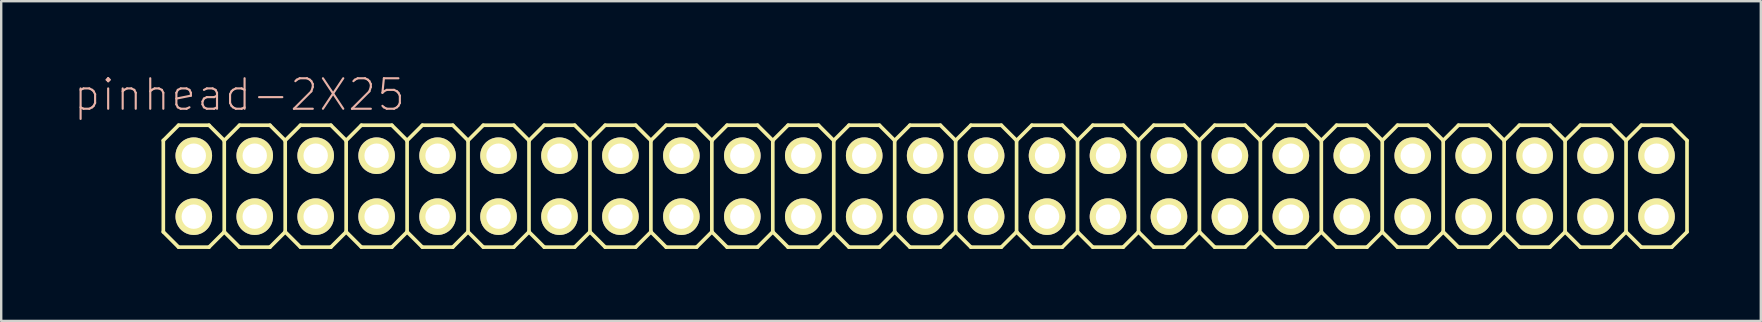
<source format=kicad_pcb>
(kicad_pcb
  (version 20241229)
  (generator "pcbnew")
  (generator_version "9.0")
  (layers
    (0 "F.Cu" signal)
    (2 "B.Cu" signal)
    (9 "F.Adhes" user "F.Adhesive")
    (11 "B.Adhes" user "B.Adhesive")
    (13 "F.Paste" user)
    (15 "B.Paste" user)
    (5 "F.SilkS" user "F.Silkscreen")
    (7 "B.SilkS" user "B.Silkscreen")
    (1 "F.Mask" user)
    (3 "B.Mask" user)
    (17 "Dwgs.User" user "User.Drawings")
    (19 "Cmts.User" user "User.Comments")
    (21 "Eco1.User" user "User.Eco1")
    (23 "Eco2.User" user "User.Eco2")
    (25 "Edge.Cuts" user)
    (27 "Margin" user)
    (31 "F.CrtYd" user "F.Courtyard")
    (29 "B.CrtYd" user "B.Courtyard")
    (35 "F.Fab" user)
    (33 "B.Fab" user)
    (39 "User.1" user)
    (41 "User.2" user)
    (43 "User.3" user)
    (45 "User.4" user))
  (footprint "pinhead-2X25"
    (layer "F.Cu")
    (at 35.506 4.709)
    (property "Reference" "pinhead-2X25" (at -28.575 -3.81 0) (layer "B.SilkS") (effects (font (size 1.27 1.27) (thickness 0.089))))
    (attr exclude_from_pos_files exclude_from_bom)
    (fp_line (start -31.75 -1.905) (end -31.115 -2.54) (stroke (width 0.152) (type solid)) (layer "F.SilkS"))
    (fp_line (start -31.75 1.905) (end -31.75 -1.905) (stroke (width 0.152) (type solid)) (layer "F.SilkS"))
    (fp_line (start -31.75 1.905) (end -31.115 2.54) (stroke (width 0.152) (type solid)) (layer "F.SilkS"))
    (fp_line (start -31.115 -2.54) (end -29.845 -2.54) (stroke (width 0.152) (type solid)) (layer "F.SilkS"))
    (fp_line (start -31.115 2.54) (end -29.845 2.54) (stroke (width 0.152) (type solid)) (layer "F.SilkS"))
    (fp_line (start -30.734 -1.524) (end -30.226 -1.524) (stroke (width 0.066) (type solid)) (layer "F.SilkS"))
    (fp_line (start -30.734 -1.016) (end -30.734 -1.524) (stroke (width 0.066) (type solid)) (layer "F.SilkS"))
    (fp_line (start -30.734 -1.016) (end -30.226 -1.016) (stroke (width 0.066) (type solid)) (layer "F.SilkS"))
    (fp_line (start -30.734 1.016) (end -30.226 1.016) (stroke (width 0.066) (type solid)) (layer "F.SilkS"))
    (fp_line (start -30.734 1.524) (end -30.734 1.016) (stroke (width 0.066) (type solid)) (layer "F.SilkS"))
    (fp_line (start -30.734 1.524) (end -30.226 1.524) (stroke (width 0.066) (type solid)) (layer "F.SilkS"))
    (fp_line (start -30.226 -1.016) (end -30.226 -1.524) (stroke (width 0.066) (type solid)) (layer "F.SilkS"))
    (fp_line (start -30.226 1.524) (end -30.226 1.016) (stroke (width 0.066) (type solid)) (layer "F.SilkS"))
    (fp_line (start -29.845 -2.54) (end -29.21 -1.905) (stroke (width 0.152) (type solid)) (layer "F.SilkS"))
    (fp_line (start -29.845 2.54) (end -29.21 1.905) (stroke (width 0.152) (type solid)) (layer "F.SilkS"))
    (fp_line (start -29.21 -1.905) (end -29.21 1.905) (stroke (width 0.152) (type solid)) (layer "F.SilkS"))
    (fp_line (start -29.21 -1.905) (end -28.575 -2.54) (stroke (width 0.152) (type solid)) (layer "F.SilkS"))
    (fp_line (start -29.21 1.905) (end -28.575 2.54) (stroke (width 0.152) (type solid)) (layer "F.SilkS"))
    (fp_line (start -28.575 -2.54) (end -27.305 -2.54) (stroke (width 0.152) (type solid)) (layer "F.SilkS"))
    (fp_line (start -28.575 2.54) (end -27.305 2.54) (stroke (width 0.152) (type solid)) (layer "F.SilkS"))
    (fp_line (start -28.194 -1.524) (end -27.686 -1.524) (stroke (width 0.066) (type solid)) (layer "F.SilkS"))
    (fp_line (start -28.194 -1.016) (end -28.194 -1.524) (stroke (width 0.066) (type solid)) (layer "F.SilkS"))
    (fp_line (start -28.194 -1.016) (end -27.686 -1.016) (stroke (width 0.066) (type solid)) (layer "F.SilkS"))
    (fp_line (start -28.194 1.016) (end -27.686 1.016) (stroke (width 0.066) (type solid)) (layer "F.SilkS"))
    (fp_line (start -28.194 1.524) (end -28.194 1.016) (stroke (width 0.066) (type solid)) (layer "F.SilkS"))
    (fp_line (start -28.194 1.524) (end -27.686 1.524) (stroke (width 0.066) (type solid)) (layer "F.SilkS"))
    (fp_line (start -27.686 -1.016) (end -27.686 -1.524) (stroke (width 0.066) (type solid)) (layer "F.SilkS"))
    (fp_line (start -27.686 1.524) (end -27.686 1.016) (stroke (width 0.066) (type solid)) (layer "F.SilkS"))
    (fp_line (start -27.305 -2.54) (end -26.67 -1.905) (stroke (width 0.152) (type solid)) (layer "F.SilkS"))
    (fp_line (start -27.305 2.54) (end -26.67 1.905) (stroke (width 0.152) (type solid)) (layer "F.SilkS"))
    (fp_line (start -26.67 -1.905) (end -26.67 1.905) (stroke (width 0.152) (type solid)) (layer "F.SilkS"))
    (fp_line (start -26.67 -1.905) (end -26.035 -2.54) (stroke (width 0.152) (type solid)) (layer "F.SilkS"))
    (fp_line (start -26.67 1.905) (end -26.035 2.54) (stroke (width 0.152) (type solid)) (layer "F.SilkS"))
    (fp_line (start -26.035 -2.54) (end -24.765 -2.54) (stroke (width 0.152) (type solid)) (layer "F.SilkS"))
    (fp_line (start -26.035 2.54) (end -24.765 2.54) (stroke (width 0.152) (type solid)) (layer "F.SilkS"))
    (fp_line (start -25.654 -1.524) (end -25.146 -1.524) (stroke (width 0.066) (type solid)) (layer "F.SilkS"))
    (fp_line (start -25.654 -1.016) (end -25.654 -1.524) (stroke (width 0.066) (type solid)) (layer "F.SilkS"))
    (fp_line (start -25.654 -1.016) (end -25.146 -1.016) (stroke (width 0.066) (type solid)) (layer "F.SilkS"))
    (fp_line (start -25.654 1.016) (end -25.146 1.016) (stroke (width 0.066) (type solid)) (layer "F.SilkS"))
    (fp_line (start -25.654 1.524) (end -25.654 1.016) (stroke (width 0.066) (type solid)) (layer "F.SilkS"))
    (fp_line (start -25.654 1.524) (end -25.146 1.524) (stroke (width 0.066) (type solid)) (layer "F.SilkS"))
    (fp_line (start -25.146 -1.016) (end -25.146 -1.524) (stroke (width 0.066) (type solid)) (layer "F.SilkS"))
    (fp_line (start -25.146 1.524) (end -25.146 1.016) (stroke (width 0.066) (type solid)) (layer "F.SilkS"))
    (fp_line (start -24.765 -2.54) (end -24.13 -1.905) (stroke (width 0.152) (type solid)) (layer "F.SilkS"))
    (fp_line (start -24.765 2.54) (end -24.13 1.905) (stroke (width 0.152) (type solid)) (layer "F.SilkS"))
    (fp_line (start -24.13 -1.905) (end -24.13 1.905) (stroke (width 0.152) (type solid)) (layer "F.SilkS"))
    (fp_line (start -24.13 -1.905) (end -23.495 -2.54) (stroke (width 0.152) (type solid)) (layer "F.SilkS"))
    (fp_line (start -24.13 1.905) (end -23.495 2.54) (stroke (width 0.152) (type solid)) (layer "F.SilkS"))
    (fp_line (start -23.495 -2.54) (end -22.225 -2.54) (stroke (width 0.152) (type solid)) (layer "F.SilkS"))
    (fp_line (start -23.495 2.54) (end -22.225 2.54) (stroke (width 0.152) (type solid)) (layer "F.SilkS"))
    (fp_line (start -23.114 -1.524) (end -22.606 -1.524) (stroke (width 0.066) (type solid)) (layer "F.SilkS"))
    (fp_line (start -23.114 -1.016) (end -23.114 -1.524) (stroke (width 0.066) (type solid)) (layer "F.SilkS"))
    (fp_line (start -23.114 -1.016) (end -22.606 -1.016) (stroke (width 0.066) (type solid)) (layer "F.SilkS"))
    (fp_line (start -23.114 1.016) (end -22.606 1.016) (stroke (width 0.066) (type solid)) (layer "F.SilkS"))
    (fp_line (start -23.114 1.524) (end -23.114 1.016) (stroke (width 0.066) (type solid)) (layer "F.SilkS"))
    (fp_line (start -23.114 1.524) (end -22.606 1.524) (stroke (width 0.066) (type solid)) (layer "F.SilkS"))
    (fp_line (start -22.606 -1.016) (end -22.606 -1.524) (stroke (width 0.066) (type solid)) (layer "F.SilkS"))
    (fp_line (start -22.606 1.524) (end -22.606 1.016) (stroke (width 0.066) (type solid)) (layer "F.SilkS"))
    (fp_line (start -22.225 -2.54) (end -21.59 -1.905) (stroke (width 0.152) (type solid)) (layer "F.SilkS"))
    (fp_line (start -22.225 2.54) (end -21.59 1.905) (stroke (width 0.152) (type solid)) (layer "F.SilkS"))
    (fp_line (start -21.59 -1.905) (end -21.59 1.905) (stroke (width 0.152) (type solid)) (layer "F.SilkS"))
    (fp_line (start -21.59 -1.905) (end -20.955 -2.54) (stroke (width 0.152) (type solid)) (layer "F.SilkS"))
    (fp_line (start -21.59 1.905) (end -20.955 2.54) (stroke (width 0.152) (type solid)) (layer "F.SilkS"))
    (fp_line (start -20.955 -2.54) (end -19.685 -2.54) (stroke (width 0.152) (type solid)) (layer "F.SilkS"))
    (fp_line (start -20.955 2.54) (end -19.685 2.54) (stroke (width 0.152) (type solid)) (layer "F.SilkS"))
    (fp_line (start -20.574 -1.524) (end -20.066 -1.524) (stroke (width 0.066) (type solid)) (layer "F.SilkS"))
    (fp_line (start -20.574 -1.016) (end -20.574 -1.524) (stroke (width 0.066) (type solid)) (layer "F.SilkS"))
    (fp_line (start -20.574 -1.016) (end -20.066 -1.016) (stroke (width 0.066) (type solid)) (layer "F.SilkS"))
    (fp_line (start -20.574 1.016) (end -20.066 1.016) (stroke (width 0.066) (type solid)) (layer "F.SilkS"))
    (fp_line (start -20.574 1.524) (end -20.574 1.016) (stroke (width 0.066) (type solid)) (layer "F.SilkS"))
    (fp_line (start -20.574 1.524) (end -20.066 1.524) (stroke (width 0.066) (type solid)) (layer "F.SilkS"))
    (fp_line (start -20.066 -1.016) (end -20.066 -1.524) (stroke (width 0.066) (type solid)) (layer "F.SilkS"))
    (fp_line (start -20.066 1.524) (end -20.066 1.016) (stroke (width 0.066) (type solid)) (layer "F.SilkS"))
    (fp_line (start -19.685 -2.54) (end -19.05 -1.905) (stroke (width 0.152) (type solid)) (layer "F.SilkS"))
    (fp_line (start -19.685 2.54) (end -19.05 1.905) (stroke (width 0.152) (type solid)) (layer "F.SilkS"))
    (fp_line (start -19.05 -1.905) (end -19.05 1.905) (stroke (width 0.152) (type solid)) (layer "F.SilkS"))
    (fp_line (start -19.05 -1.905) (end -18.415 -2.54) (stroke (width 0.152) (type solid)) (layer "F.SilkS"))
    (fp_line (start -19.05 1.905) (end -18.415 2.54) (stroke (width 0.152) (type solid)) (layer "F.SilkS"))
    (fp_line (start -18.415 -2.54) (end -17.145 -2.54) (stroke (width 0.152) (type solid)) (layer "F.SilkS"))
    (fp_line (start -18.415 2.54) (end -17.145 2.54) (stroke (width 0.152) (type solid)) (layer "F.SilkS"))
    (fp_line (start -18.034 -1.524) (end -17.523 -1.524) (stroke (width 0.066) (type solid)) (layer "F.SilkS"))
    (fp_line (start -18.034 -1.016) (end -18.034 -1.524) (stroke (width 0.066) (type solid)) (layer "F.SilkS"))
    (fp_line (start -18.034 -1.016) (end -17.523 -1.016) (stroke (width 0.066) (type solid)) (layer "F.SilkS"))
    (fp_line (start -18.034 1.016) (end -17.523 1.016) (stroke (width 0.066) (type solid)) (layer "F.SilkS"))
    (fp_line (start -18.034 1.524) (end -18.034 1.016) (stroke (width 0.066) (type solid)) (layer "F.SilkS"))
    (fp_line (start -18.034 1.524) (end -17.523 1.524) (stroke (width 0.066) (type solid)) (layer "F.SilkS"))
    (fp_line (start -17.523 -1.016) (end -17.523 -1.524) (stroke (width 0.066) (type solid)) (layer "F.SilkS"))
    (fp_line (start -17.523 1.524) (end -17.523 1.016) (stroke (width 0.066) (type solid)) (layer "F.SilkS"))
    (fp_line (start -17.145 -2.54) (end -16.51 -1.905) (stroke (width 0.152) (type solid)) (layer "F.SilkS"))
    (fp_line (start -17.145 2.54) (end -16.51 1.905) (stroke (width 0.152) (type solid)) (layer "F.SilkS"))
    (fp_line (start -16.51 -1.905) (end -16.51 1.905) (stroke (width 0.152) (type solid)) (layer "F.SilkS"))
    (fp_line (start -16.51 -1.905) (end -15.875 -2.54) (stroke (width 0.152) (type solid)) (layer "F.SilkS"))
    (fp_line (start -16.51 1.905) (end -15.875 2.54) (stroke (width 0.152) (type solid)) (layer "F.SilkS"))
    (fp_line (start -15.875 -2.54) (end -14.605 -2.54) (stroke (width 0.152) (type solid)) (layer "F.SilkS"))
    (fp_line (start -15.494 -1.524) (end -14.986 -1.524) (stroke (width 0.066) (type solid)) (layer "F.SilkS"))
    (fp_line (start -15.494 -1.016) (end -15.494 -1.524) (stroke (width 0.066) (type solid)) (layer "F.SilkS"))
    (fp_line (start -15.494 -1.016) (end -14.986 -1.016) (stroke (width 0.066) (type solid)) (layer "F.SilkS"))
    (fp_line (start -15.494 1.016) (end -14.986 1.016) (stroke (width 0.066) (type solid)) (layer "F.SilkS"))
    (fp_line (start -15.494 1.524) (end -15.494 1.016) (stroke (width 0.066) (type solid)) (layer "F.SilkS"))
    (fp_line (start -15.494 1.524) (end -14.986 1.524) (stroke (width 0.066) (type solid)) (layer "F.SilkS"))
    (fp_line (start -14.986 -1.016) (end -14.986 -1.524) (stroke (width 0.066) (type solid)) (layer "F.SilkS"))
    (fp_line (start -14.986 1.524) (end -14.986 1.016) (stroke (width 0.066) (type solid)) (layer "F.SilkS"))
    (fp_line (start -14.605 -2.54) (end -13.97 -1.905) (stroke (width 0.152) (type solid)) (layer "F.SilkS"))
    (fp_line (start -14.605 2.54) (end -15.875 2.54) (stroke (width 0.152) (type solid)) (layer "F.SilkS"))
    (fp_line (start -13.97 -1.905) (end -13.97 1.905) (stroke (width 0.152) (type solid)) (layer "F.SilkS"))
    (fp_line (start -13.97 -1.905) (end -13.335 -2.54) (stroke (width 0.152) (type solid)) (layer "F.SilkS"))
    (fp_line (start -13.97 1.905) (end -14.605 2.54) (stroke (width 0.152) (type solid)) (layer "F.SilkS"))
    (fp_line (start -13.97 1.905) (end -13.335 2.54) (stroke (width 0.152) (type solid)) (layer "F.SilkS"))
    (fp_line (start -13.335 -2.54) (end -12.065 -2.54) (stroke (width 0.152) (type solid)) (layer "F.SilkS"))
    (fp_line (start -12.954 -1.524) (end -12.446 -1.524) (stroke (width 0.066) (type solid)) (layer "F.SilkS"))
    (fp_line (start -12.954 -1.016) (end -12.954 -1.524) (stroke (width 0.066) (type solid)) (layer "F.SilkS"))
    (fp_line (start -12.954 -1.016) (end -12.446 -1.016) (stroke (width 0.066) (type solid)) (layer "F.SilkS"))
    (fp_line (start -12.954 1.016) (end -12.446 1.016) (stroke (width 0.066) (type solid)) (layer "F.SilkS"))
    (fp_line (start -12.954 1.524) (end -12.954 1.016) (stroke (width 0.066) (type solid)) (layer "F.SilkS"))
    (fp_line (start -12.954 1.524) (end -12.446 1.524) (stroke (width 0.066) (type solid)) (layer "F.SilkS"))
    (fp_line (start -12.446 -1.016) (end -12.446 -1.524) (stroke (width 0.066) (type solid)) (layer "F.SilkS"))
    (fp_line (start -12.446 1.524) (end -12.446 1.016) (stroke (width 0.066) (type solid)) (layer "F.SilkS"))
    (fp_line (start -12.065 -2.54) (end -11.43 -1.905) (stroke (width 0.152) (type solid)) (layer "F.SilkS"))
    (fp_line (start -12.065 2.54) (end -13.335 2.54) (stroke (width 0.152) (type solid)) (layer "F.SilkS"))
    (fp_line (start -11.43 -1.905) (end -11.43 1.905) (stroke (width 0.152) (type solid)) (layer "F.SilkS"))
    (fp_line (start -11.43 -1.905) (end -10.795 -2.54) (stroke (width 0.152) (type solid)) (layer "F.SilkS"))
    (fp_line (start -11.43 1.905) (end -12.065 2.54) (stroke (width 0.152) (type solid)) (layer "F.SilkS"))
    (fp_line (start -11.43 1.905) (end -10.795 2.54) (stroke (width 0.152) (type solid)) (layer "F.SilkS"))
    (fp_line (start -10.795 -2.54) (end -9.525 -2.54) (stroke (width 0.152) (type solid)) (layer "F.SilkS"))
    (fp_line (start -10.414 -1.524) (end -9.906 -1.524) (stroke (width 0.066) (type solid)) (layer "F.SilkS"))
    (fp_line (start -10.414 -1.016) (end -10.414 -1.524) (stroke (width 0.066) (type solid)) (layer "F.SilkS"))
    (fp_line (start -10.414 -1.016) (end -9.906 -1.016) (stroke (width 0.066) (type solid)) (layer "F.SilkS"))
    (fp_line (start -10.414 1.016) (end -9.906 1.016) (stroke (width 0.066) (type solid)) (layer "F.SilkS"))
    (fp_line (start -10.414 1.524) (end -10.414 1.016) (stroke (width 0.066) (type solid)) (layer "F.SilkS"))
    (fp_line (start -10.414 1.524) (end -9.906 1.524) (stroke (width 0.066) (type solid)) (layer "F.SilkS"))
    (fp_line (start -9.906 -1.016) (end -9.906 -1.524) (stroke (width 0.066) (type solid)) (layer "F.SilkS"))
    (fp_line (start -9.906 1.524) (end -9.906 1.016) (stroke (width 0.066) (type solid)) (layer "F.SilkS"))
    (fp_line (start -9.525 -2.54) (end -8.89 -1.905) (stroke (width 0.152) (type solid)) (layer "F.SilkS"))
    (fp_line (start -9.525 2.54) (end -10.795 2.54) (stroke (width 0.152) (type solid)) (layer "F.SilkS"))
    (fp_line (start -8.89 -1.905) (end -8.89 1.905) (stroke (width 0.152) (type solid)) (layer "F.SilkS"))
    (fp_line (start -8.89 -1.905) (end -8.255 -2.54) (stroke (width 0.152) (type solid)) (layer "F.SilkS"))
    (fp_line (start -8.89 1.905) (end -9.525 2.54) (stroke (width 0.152) (type solid)) (layer "F.SilkS"))
    (fp_line (start -8.89 1.905) (end -8.255 2.54) (stroke (width 0.152) (type solid)) (layer "F.SilkS"))
    (fp_line (start -8.255 -2.54) (end -6.985 -2.54) (stroke (width 0.152) (type solid)) (layer "F.SilkS"))
    (fp_line (start -7.874 -1.524) (end -7.366 -1.524) (stroke (width 0.066) (type solid)) (layer "F.SilkS"))
    (fp_line (start -7.874 -1.016) (end -7.874 -1.524) (stroke (width 0.066) (type solid)) (layer "F.SilkS"))
    (fp_line (start -7.874 -1.016) (end -7.366 -1.016) (stroke (width 0.066) (type solid)) (layer "F.SilkS"))
    (fp_line (start -7.874 1.016) (end -7.366 1.016) (stroke (width 0.066) (type solid)) (layer "F.SilkS"))
    (fp_line (start -7.874 1.524) (end -7.874 1.016) (stroke (width 0.066) (type solid)) (layer "F.SilkS"))
    (fp_line (start -7.874 1.524) (end -7.366 1.524) (stroke (width 0.066) (type solid)) (layer "F.SilkS"))
    (fp_line (start -7.366 -1.016) (end -7.366 -1.524) (stroke (width 0.066) (type solid)) (layer "F.SilkS"))
    (fp_line (start -7.366 1.524) (end -7.366 1.016) (stroke (width 0.066) (type solid)) (layer "F.SilkS"))
    (fp_line (start -6.985 -2.54) (end -6.35 -1.905) (stroke (width 0.152) (type solid)) (layer "F.SilkS"))
    (fp_line (start -6.985 2.54) (end -8.255 2.54) (stroke (width 0.152) (type solid)) (layer "F.SilkS"))
    (fp_line (start -6.35 -1.905) (end -6.35 1.905) (stroke (width 0.152) (type solid)) (layer "F.SilkS"))
    (fp_line (start -6.35 -1.905) (end -5.715 -2.54) (stroke (width 0.152) (type solid)) (layer "F.SilkS"))
    (fp_line (start -6.35 1.905) (end -6.985 2.54) (stroke (width 0.152) (type solid)) (layer "F.SilkS"))
    (fp_line (start -6.35 1.905) (end -5.715 2.54) (stroke (width 0.152) (type solid)) (layer "F.SilkS"))
    (fp_line (start -5.715 -2.54) (end -4.445 -2.54) (stroke (width 0.152) (type solid)) (layer "F.SilkS"))
    (fp_line (start -5.334 -1.524) (end -4.826 -1.524) (stroke (width 0.066) (type solid)) (layer "F.SilkS"))
    (fp_line (start -5.334 -1.016) (end -5.334 -1.524) (stroke (width 0.066) (type solid)) (layer "F.SilkS"))
    (fp_line (start -5.334 -1.016) (end -4.826 -1.016) (stroke (width 0.066) (type solid)) (layer "F.SilkS"))
    (fp_line (start -5.334 1.016) (end -4.826 1.016) (stroke (width 0.066) (type solid)) (layer "F.SilkS"))
    (fp_line (start -5.334 1.524) (end -5.334 1.016) (stroke (width 0.066) (type solid)) (layer "F.SilkS"))
    (fp_line (start -5.334 1.524) (end -4.826 1.524) (stroke (width 0.066) (type solid)) (layer "F.SilkS"))
    (fp_line (start -4.826 -1.016) (end -4.826 -1.524) (stroke (width 0.066) (type solid)) (layer "F.SilkS"))
    (fp_line (start -4.826 1.524) (end -4.826 1.016) (stroke (width 0.066) (type solid)) (layer "F.SilkS"))
    (fp_line (start -4.445 -2.54) (end -3.81 -1.905) (stroke (width 0.152) (type solid)) (layer "F.SilkS"))
    (fp_line (start -4.445 2.54) (end -5.715 2.54) (stroke (width 0.152) (type solid)) (layer "F.SilkS"))
    (fp_line (start -3.81 -1.905) (end -3.81 1.905) (stroke (width 0.152) (type solid)) (layer "F.SilkS"))
    (fp_line (start -3.81 -1.905) (end -3.175 -2.54) (stroke (width 0.152) (type solid)) (layer "F.SilkS"))
    (fp_line (start -3.81 1.905) (end -4.445 2.54) (stroke (width 0.152) (type solid)) (layer "F.SilkS"))
    (fp_line (start -3.81 1.905) (end -3.175 2.54) (stroke (width 0.152) (type solid)) (layer "F.SilkS"))
    (fp_line (start -3.175 -2.54) (end -1.905 -2.54) (stroke (width 0.152) (type solid)) (layer "F.SilkS"))
    (fp_line (start -2.794 -1.524) (end -2.286 -1.524) (stroke (width 0.066) (type solid)) (layer "F.SilkS"))
    (fp_line (start -2.794 -1.016) (end -2.794 -1.524) (stroke (width 0.066) (type solid)) (layer "F.SilkS"))
    (fp_line (start -2.794 -1.016) (end -2.286 -1.016) (stroke (width 0.066) (type solid)) (layer "F.SilkS"))
    (fp_line (start -2.794 1.016) (end -2.286 1.016) (stroke (width 0.066) (type solid)) (layer "F.SilkS"))
    (fp_line (start -2.794 1.524) (end -2.794 1.016) (stroke (width 0.066) (type solid)) (layer "F.SilkS"))
    (fp_line (start -2.794 1.524) (end -2.286 1.524) (stroke (width 0.066) (type solid)) (layer "F.SilkS"))
    (fp_line (start -2.286 -1.016) (end -2.286 -1.524) (stroke (width 0.066) (type solid)) (layer "F.SilkS"))
    (fp_line (start -2.286 1.524) (end -2.286 1.016) (stroke (width 0.066) (type solid)) (layer "F.SilkS"))
    (fp_line (start -1.905 2.54) (end -3.175 2.54) (stroke (width 0.152) (type solid)) (layer "F.SilkS"))
    (fp_line (start -1.27 -1.905) (end -1.905 -2.54) (stroke (width 0.152) (type solid)) (layer "F.SilkS"))
    (fp_line (start -1.27 -1.905) (end -1.27 1.905) (stroke (width 0.152) (type solid)) (layer "F.SilkS"))
    (fp_line (start -1.27 -1.905) (end -0.635 -2.54) (stroke (width 0.152) (type solid)) (layer "F.SilkS"))
    (fp_line (start -1.27 1.905) (end -1.905 2.54) (stroke (width 0.152) (type solid)) (layer "F.SilkS"))
    (fp_line (start -1.27 1.905) (end -0.635 2.54) (stroke (width 0.152) (type solid)) (layer "F.SilkS"))
    (fp_line (start -0.254 -1.524) (end 0.254 -1.524) (stroke (width 0.066) (type solid)) (layer "F.SilkS"))
    (fp_line (start -0.254 -1.016) (end -0.254 -1.524) (stroke (width 0.066) (type solid)) (layer "F.SilkS"))
    (fp_line (start -0.254 -1.016) (end 0.254 -1.016) (stroke (width 0.066) (type solid)) (layer "F.SilkS"))
    (fp_line (start -0.254 1.016) (end 0.254 1.016) (stroke (width 0.066) (type solid)) (layer "F.SilkS"))
    (fp_line (start -0.254 1.524) (end -0.254 1.016) (stroke (width 0.066) (type solid)) (layer "F.SilkS"))
    (fp_line (start -0.254 1.524) (end 0.254 1.524) (stroke (width 0.066) (type solid)) (layer "F.SilkS"))
    (fp_line (start 0.254 -1.016) (end 0.254 -1.524) (stroke (width 0.066) (type solid)) (layer "F.SilkS"))
    (fp_line (start 0.254 1.524) (end 0.254 1.016) (stroke (width 0.066) (type solid)) (layer "F.SilkS"))
    (fp_line (start 0.635 -2.54) (end -0.635 -2.54) (stroke (width 0.152) (type solid)) (layer "F.SilkS"))
    (fp_line (start 0.635 -2.54) (end 1.27 -1.905) (stroke (width 0.152) (type solid)) (layer "F.SilkS"))
    (fp_line (start 0.635 2.54) (end -0.635 2.54) (stroke (width 0.152) (type solid)) (layer "F.SilkS"))
    (fp_line (start 1.27 -1.905) (end 1.27 1.905) (stroke (width 0.152) (type solid)) (layer "F.SilkS"))
    (fp_line (start 1.27 -1.905) (end 1.905 -2.54) (stroke (width 0.152) (type solid)) (layer "F.SilkS"))
    (fp_line (start 1.27 1.905) (end 0.635 2.54) (stroke (width 0.152) (type solid)) (layer "F.SilkS"))
    (fp_line (start 1.27 1.905) (end 1.905 2.54) (stroke (width 0.152) (type solid)) (layer "F.SilkS"))
    (fp_line (start 2.286 -1.524) (end 2.794 -1.524) (stroke (width 0.066) (type solid)) (layer "F.SilkS"))
    (fp_line (start 2.286 -1.016) (end 2.286 -1.524) (stroke (width 0.066) (type solid)) (layer "F.SilkS"))
    (fp_line (start 2.286 -1.016) (end 2.794 -1.016) (stroke (width 0.066) (type solid)) (layer "F.SilkS"))
    (fp_line (start 2.286 1.016) (end 2.794 1.016) (stroke (width 0.066) (type solid)) (layer "F.SilkS"))
    (fp_line (start 2.286 1.524) (end 2.286 1.016) (stroke (width 0.066) (type solid)) (layer "F.SilkS"))
    (fp_line (start 2.286 1.524) (end 2.794 1.524) (stroke (width 0.066) (type solid)) (layer "F.SilkS"))
    (fp_line (start 2.794 -1.016) (end 2.794 -1.524) (stroke (width 0.066) (type solid)) (layer "F.SilkS"))
    (fp_line (start 2.794 1.524) (end 2.794 1.016) (stroke (width 0.066) (type solid)) (layer "F.SilkS"))
    (fp_line (start 3.175 -2.54) (end 1.905 -2.54) (stroke (width 0.152) (type solid)) (layer "F.SilkS"))
    (fp_line (start 3.175 -2.54) (end 3.81 -1.905) (stroke (width 0.152) (type solid)) (layer "F.SilkS"))
    (fp_line (start 3.175 2.54) (end 1.905 2.54) (stroke (width 0.152) (type solid)) (layer "F.SilkS"))
    (fp_line (start 3.81 -1.905) (end 3.81 1.905) (stroke (width 0.152) (type solid)) (layer "F.SilkS"))
    (fp_line (start 3.81 -1.905) (end 4.445 -2.54) (stroke (width 0.152) (type solid)) (layer "F.SilkS"))
    (fp_line (start 3.81 1.905) (end 3.175 2.54) (stroke (width 0.152) (type solid)) (layer "F.SilkS"))
    (fp_line (start 4.445 2.54) (end 3.81 1.905) (stroke (width 0.152) (type solid)) (layer "F.SilkS"))
    (fp_line (start 4.445 2.54) (end 5.715 2.54) (stroke (width 0.152) (type solid)) (layer "F.SilkS"))
    (fp_line (start 4.826 -1.524) (end 5.334 -1.524) (stroke (width 0.066) (type solid)) (layer "F.SilkS"))
    (fp_line (start 4.826 -1.016) (end 4.826 -1.524) (stroke (width 0.066) (type solid)) (layer "F.SilkS"))
    (fp_line (start 4.826 -1.016) (end 5.334 -1.016) (stroke (width 0.066) (type solid)) (layer "F.SilkS"))
    (fp_line (start 4.826 1.016) (end 5.334 1.016) (stroke (width 0.066) (type solid)) (layer "F.SilkS"))
    (fp_line (start 4.826 1.524) (end 4.826 1.016) (stroke (width 0.066) (type solid)) (layer "F.SilkS"))
    (fp_line (start 4.826 1.524) (end 5.334 1.524) (stroke (width 0.066) (type solid)) (layer "F.SilkS"))
    (fp_line (start 5.334 -1.016) (end 5.334 -1.524) (stroke (width 0.066) (type solid)) (layer "F.SilkS"))
    (fp_line (start 5.334 1.524) (end 5.334 1.016) (stroke (width 0.066) (type solid)) (layer "F.SilkS"))
    (fp_line (start 5.715 -2.54) (end 4.445 -2.54) (stroke (width 0.152) (type solid)) (layer "F.SilkS"))
    (fp_line (start 5.715 -2.54) (end 6.35 -1.905) (stroke (width 0.152) (type solid)) (layer "F.SilkS"))
    (fp_line (start 6.35 -1.905) (end 6.35 1.905) (stroke (width 0.152) (type solid)) (layer "F.SilkS"))
    (fp_line (start 6.35 -1.905) (end 6.985 -2.54) (stroke (width 0.152) (type solid)) (layer "F.SilkS"))
    (fp_line (start 6.35 1.905) (end 5.715 2.54) (stroke (width 0.152) (type solid)) (layer "F.SilkS"))
    (fp_line (start 6.985 2.54) (end 6.35 1.905) (stroke (width 0.152) (type solid)) (layer "F.SilkS"))
    (fp_line (start 6.985 2.54) (end 8.255 2.54) (stroke (width 0.152) (type solid)) (layer "F.SilkS"))
    (fp_line (start 7.366 -1.524) (end 7.874 -1.524) (stroke (width 0.066) (type solid)) (layer "F.SilkS"))
    (fp_line (start 7.366 -1.016) (end 7.366 -1.524) (stroke (width 0.066) (type solid)) (layer "F.SilkS"))
    (fp_line (start 7.366 -1.016) (end 7.874 -1.016) (stroke (width 0.066) (type solid)) (layer "F.SilkS"))
    (fp_line (start 7.366 1.016) (end 7.874 1.016) (stroke (width 0.066) (type solid)) (layer "F.SilkS"))
    (fp_line (start 7.366 1.524) (end 7.366 1.016) (stroke (width 0.066) (type solid)) (layer "F.SilkS"))
    (fp_line (start 7.366 1.524) (end 7.874 1.524) (stroke (width 0.066) (type solid)) (layer "F.SilkS"))
    (fp_line (start 7.874 -1.016) (end 7.874 -1.524) (stroke (width 0.066) (type solid)) (layer "F.SilkS"))
    (fp_line (start 7.874 1.524) (end 7.874 1.016) (stroke (width 0.066) (type solid)) (layer "F.SilkS"))
    (fp_line (start 8.255 -2.54) (end 6.985 -2.54) (stroke (width 0.152) (type solid)) (layer "F.SilkS"))
    (fp_line (start 8.255 -2.54) (end 8.89 -1.905) (stroke (width 0.152) (type solid)) (layer "F.SilkS"))
    (fp_line (start 8.89 -1.905) (end 8.89 1.905) (stroke (width 0.152) (type solid)) (layer "F.SilkS"))
    (fp_line (start 8.89 -1.905) (end 9.525 -2.54) (stroke (width 0.152) (type solid)) (layer "F.SilkS"))
    (fp_line (start 8.89 1.905) (end 8.255 2.54) (stroke (width 0.152) (type solid)) (layer "F.SilkS"))
    (fp_line (start 8.89 1.905) (end 9.525 2.54) (stroke (width 0.152) (type solid)) (layer "F.SilkS"))
    (fp_line (start 9.906 -1.524) (end 10.414 -1.524) (stroke (width 0.066) (type solid)) (layer "F.SilkS"))
    (fp_line (start 9.906 -1.016) (end 9.906 -1.524) (stroke (width 0.066) (type solid)) (layer "F.SilkS"))
    (fp_line (start 9.906 -1.016) (end 10.414 -1.016) (stroke (width 0.066) (type solid)) (layer "F.SilkS"))
    (fp_line (start 9.906 1.016) (end 10.414 1.016) (stroke (width 0.066) (type solid)) (layer "F.SilkS"))
    (fp_line (start 9.906 1.524) (end 9.906 1.016) (stroke (width 0.066) (type solid)) (layer "F.SilkS"))
    (fp_line (start 9.906 1.524) (end 10.414 1.524) (stroke (width 0.066) (type solid)) (layer "F.SilkS"))
    (fp_line (start 10.414 -1.016) (end 10.414 -1.524) (stroke (width 0.066) (type solid)) (layer "F.SilkS"))
    (fp_line (start 10.414 1.524) (end 10.414 1.016) (stroke (width 0.066) (type solid)) (layer "F.SilkS"))
    (fp_line (start 10.795 -2.54) (end 9.525 -2.54) (stroke (width 0.152) (type solid)) (layer "F.SilkS"))
    (fp_line (start 10.795 -2.54) (end 11.43 -1.905) (stroke (width 0.152) (type solid)) (layer "F.SilkS"))
    (fp_line (start 10.795 2.54) (end 9.525 2.54) (stroke (width 0.152) (type solid)) (layer "F.SilkS"))
    (fp_line (start 11.43 -1.905) (end 11.43 1.905) (stroke (width 0.152) (type solid)) (layer "F.SilkS"))
    (fp_line (start 11.43 -1.905) (end 12.065 -2.54) (stroke (width 0.152) (type solid)) (layer "F.SilkS"))
    (fp_line (start 11.43 1.905) (end 10.795 2.54) (stroke (width 0.152) (type solid)) (layer "F.SilkS"))
    (fp_line (start 11.43 1.905) (end 12.065 2.54) (stroke (width 0.152) (type solid)) (layer "F.SilkS"))
    (fp_line (start 12.446 -1.524) (end 12.954 -1.524) (stroke (width 0.066) (type solid)) (layer "F.SilkS"))
    (fp_line (start 12.446 -1.016) (end 12.446 -1.524) (stroke (width 0.066) (type solid)) (layer "F.SilkS"))
    (fp_line (start 12.446 -1.016) (end 12.954 -1.016) (stroke (width 0.066) (type solid)) (layer "F.SilkS"))
    (fp_line (start 12.446 1.016) (end 12.954 1.016) (stroke (width 0.066) (type solid)) (layer "F.SilkS"))
    (fp_line (start 12.446 1.524) (end 12.446 1.016) (stroke (width 0.066) (type solid)) (layer "F.SilkS"))
    (fp_line (start 12.446 1.524) (end 12.954 1.524) (stroke (width 0.066) (type solid)) (layer "F.SilkS"))
    (fp_line (start 12.954 -1.016) (end 12.954 -1.524) (stroke (width 0.066) (type solid)) (layer "F.SilkS"))
    (fp_line (start 12.954 1.524) (end 12.954 1.016) (stroke (width 0.066) (type solid)) (layer "F.SilkS"))
    (fp_line (start 13.335 -2.54) (end 12.065 -2.54) (stroke (width 0.152) (type solid)) (layer "F.SilkS"))
    (fp_line (start 13.335 -2.54) (end 13.97 -1.905) (stroke (width 0.152) (type solid)) (layer "F.SilkS"))
    (fp_line (start 13.335 2.54) (end 12.065 2.54) (stroke (width 0.152) (type solid)) (layer "F.SilkS"))
    (fp_line (start 13.97 -1.905) (end 13.97 1.905) (stroke (width 0.152) (type solid)) (layer "F.SilkS"))
    (fp_line (start 13.97 -1.905) (end 14.605 -2.54) (stroke (width 0.152) (type solid)) (layer "F.SilkS"))
    (fp_line (start 13.97 1.905) (end 13.335 2.54) (stroke (width 0.152) (type solid)) (layer "F.SilkS"))
    (fp_line (start 13.97 1.905) (end 14.605 2.54) (stroke (width 0.152) (type solid)) (layer "F.SilkS"))
    (fp_line (start 14.986 -1.524) (end 15.494 -1.524) (stroke (width 0.066) (type solid)) (layer "F.SilkS"))
    (fp_line (start 14.986 -1.016) (end 14.986 -1.524) (stroke (width 0.066) (type solid)) (layer "F.SilkS"))
    (fp_line (start 14.986 -1.016) (end 15.494 -1.016) (stroke (width 0.066) (type solid)) (layer "F.SilkS"))
    (fp_line (start 14.986 1.016) (end 15.494 1.016) (stroke (width 0.066) (type solid)) (layer "F.SilkS"))
    (fp_line (start 14.986 1.524) (end 14.986 1.016) (stroke (width 0.066) (type solid)) (layer "F.SilkS"))
    (fp_line (start 14.986 1.524) (end 15.494 1.524) (stroke (width 0.066) (type solid)) (layer "F.SilkS"))
    (fp_line (start 15.494 -1.016) (end 15.494 -1.524) (stroke (width 0.066) (type solid)) (layer "F.SilkS"))
    (fp_line (start 15.494 1.524) (end 15.494 1.016) (stroke (width 0.066) (type solid)) (layer "F.SilkS"))
    (fp_line (start 15.875 -2.54) (end 14.605 -2.54) (stroke (width 0.152) (type solid)) (layer "F.SilkS"))
    (fp_line (start 15.875 -2.54) (end 16.51 -1.905) (stroke (width 0.152) (type solid)) (layer "F.SilkS"))
    (fp_line (start 15.875 2.54) (end 14.605 2.54) (stroke (width 0.152) (type solid)) (layer "F.SilkS"))
    (fp_line (start 16.51 -1.905) (end 16.51 1.905) (stroke (width 0.152) (type solid)) (layer "F.SilkS"))
    (fp_line (start 16.51 -1.905) (end 17.145 -2.54) (stroke (width 0.152) (type solid)) (layer "F.SilkS"))
    (fp_line (start 16.51 1.905) (end 15.875 2.54) (stroke (width 0.152) (type solid)) (layer "F.SilkS"))
    (fp_line (start 16.51 1.905) (end 17.145 2.54) (stroke (width 0.152) (type solid)) (layer "F.SilkS"))
    (fp_line (start 17.523 -1.524) (end 18.034 -1.524) (stroke (width 0.066) (type solid)) (layer "F.SilkS"))
    (fp_line (start 17.523 -1.016) (end 17.523 -1.524) (stroke (width 0.066) (type solid)) (layer "F.SilkS"))
    (fp_line (start 17.523 -1.016) (end 18.034 -1.016) (stroke (width 0.066) (type solid)) (layer "F.SilkS"))
    (fp_line (start 17.523 1.016) (end 18.034 1.016) (stroke (width 0.066) (type solid)) (layer "F.SilkS"))
    (fp_line (start 17.523 1.524) (end 17.523 1.016) (stroke (width 0.066) (type solid)) (layer "F.SilkS"))
    (fp_line (start 17.523 1.524) (end 18.034 1.524) (stroke (width 0.066) (type solid)) (layer "F.SilkS"))
    (fp_line (start 18.034 -1.016) (end 18.034 -1.524) (stroke (width 0.066) (type solid)) (layer "F.SilkS"))
    (fp_line (start 18.034 1.524) (end 18.034 1.016) (stroke (width 0.066) (type solid)) (layer "F.SilkS"))
    (fp_line (start 18.415 -2.54) (end 17.145 -2.54) (stroke (width 0.152) (type solid)) (layer "F.SilkS"))
    (fp_line (start 18.415 -2.54) (end 19.05 -1.905) (stroke (width 0.152) (type solid)) (layer "F.SilkS"))
    (fp_line (start 18.415 2.54) (end 17.145 2.54) (stroke (width 0.152) (type solid)) (layer "F.SilkS"))
    (fp_line (start 19.05 -1.905) (end 19.05 1.905) (stroke (width 0.152) (type solid)) (layer "F.SilkS"))
    (fp_line (start 19.05 -1.905) (end 19.685 -2.54) (stroke (width 0.152) (type solid)) (layer "F.SilkS"))
    (fp_line (start 19.05 1.905) (end 18.415 2.54) (stroke (width 0.152) (type solid)) (layer "F.SilkS"))
    (fp_line (start 19.05 1.905) (end 19.685 2.54) (stroke (width 0.152) (type solid)) (layer "F.SilkS"))
    (fp_line (start 20.066 -1.524) (end 20.574 -1.524) (stroke (width 0.066) (type solid)) (layer "F.SilkS"))
    (fp_line (start 20.066 -1.016) (end 20.066 -1.524) (stroke (width 0.066) (type solid)) (layer "F.SilkS"))
    (fp_line (start 20.066 -1.016) (end 20.574 -1.016) (stroke (width 0.066) (type solid)) (layer "F.SilkS"))
    (fp_line (start 20.066 1.016) (end 20.574 1.016) (stroke (width 0.066) (type solid)) (layer "F.SilkS"))
    (fp_line (start 20.066 1.524) (end 20.066 1.016) (stroke (width 0.066) (type solid)) (layer "F.SilkS"))
    (fp_line (start 20.066 1.524) (end 20.574 1.524) (stroke (width 0.066) (type solid)) (layer "F.SilkS"))
    (fp_line (start 20.574 -1.016) (end 20.574 -1.524) (stroke (width 0.066) (type solid)) (layer "F.SilkS"))
    (fp_line (start 20.574 1.524) (end 20.574 1.016) (stroke (width 0.066) (type solid)) (layer "F.SilkS"))
    (fp_line (start 20.955 -2.54) (end 19.685 -2.54) (stroke (width 0.152) (type solid)) (layer "F.SilkS"))
    (fp_line (start 20.955 -2.54) (end 21.59 -1.905) (stroke (width 0.152) (type solid)) (layer "F.SilkS"))
    (fp_line (start 20.955 2.54) (end 19.685 2.54) (stroke (width 0.152) (type solid)) (layer "F.SilkS"))
    (fp_line (start 21.59 -1.905) (end 21.59 1.905) (stroke (width 0.152) (type solid)) (layer "F.SilkS"))
    (fp_line (start 21.59 -1.905) (end 22.225 -2.54) (stroke (width 0.152) (type solid)) (layer "F.SilkS"))
    (fp_line (start 21.59 1.905) (end 20.955 2.54) (stroke (width 0.152) (type solid)) (layer "F.SilkS"))
    (fp_line (start 21.59 1.905) (end 22.225 2.54) (stroke (width 0.152) (type solid)) (layer "F.SilkS"))
    (fp_line (start 22.606 -1.524) (end 23.114 -1.524) (stroke (width 0.066) (type solid)) (layer "F.SilkS"))
    (fp_line (start 22.606 -1.016) (end 22.606 -1.524) (stroke (width 0.066) (type solid)) (layer "F.SilkS"))
    (fp_line (start 22.606 -1.016) (end 23.114 -1.016) (stroke (width 0.066) (type solid)) (layer "F.SilkS"))
    (fp_line (start 22.606 1.016) (end 23.114 1.016) (stroke (width 0.066) (type solid)) (layer "F.SilkS"))
    (fp_line (start 22.606 1.524) (end 22.606 1.016) (stroke (width 0.066) (type solid)) (layer "F.SilkS"))
    (fp_line (start 22.606 1.524) (end 23.114 1.524) (stroke (width 0.066) (type solid)) (layer "F.SilkS"))
    (fp_line (start 23.114 -1.016) (end 23.114 -1.524) (stroke (width 0.066) (type solid)) (layer "F.SilkS"))
    (fp_line (start 23.114 1.524) (end 23.114 1.016) (stroke (width 0.066) (type solid)) (layer "F.SilkS"))
    (fp_line (start 23.495 -2.54) (end 22.225 -2.54) (stroke (width 0.152) (type solid)) (layer "F.SilkS"))
    (fp_line (start 23.495 -2.54) (end 24.13 -1.905) (stroke (width 0.152) (type solid)) (layer "F.SilkS"))
    (fp_line (start 23.495 2.54) (end 22.225 2.54) (stroke (width 0.152) (type solid)) (layer "F.SilkS"))
    (fp_line (start 24.13 -1.905) (end 24.13 1.905) (stroke (width 0.152) (type solid)) (layer "F.SilkS"))
    (fp_line (start 24.13 -1.905) (end 24.765 -2.54) (stroke (width 0.152) (type solid)) (layer "F.SilkS"))
    (fp_line (start 24.13 1.905) (end 23.495 2.54) (stroke (width 0.152) (type solid)) (layer "F.SilkS"))
    (fp_line (start 24.13 1.905) (end 24.765 2.54) (stroke (width 0.152) (type solid)) (layer "F.SilkS"))
    (fp_line (start 25.146 -1.524) (end 25.654 -1.524) (stroke (width 0.066) (type solid)) (layer "F.SilkS"))
    (fp_line (start 25.146 -1.016) (end 25.146 -1.524) (stroke (width 0.066) (type solid)) (layer "F.SilkS"))
    (fp_line (start 25.146 -1.016) (end 25.654 -1.016) (stroke (width 0.066) (type solid)) (layer "F.SilkS"))
    (fp_line (start 25.146 1.016) (end 25.654 1.016) (stroke (width 0.066) (type solid)) (layer "F.SilkS"))
    (fp_line (start 25.146 1.524) (end 25.146 1.016) (stroke (width 0.066) (type solid)) (layer "F.SilkS"))
    (fp_line (start 25.146 1.524) (end 25.654 1.524) (stroke (width 0.066) (type solid)) (layer "F.SilkS"))
    (fp_line (start 25.654 -1.016) (end 25.654 -1.524) (stroke (width 0.066) (type solid)) (layer "F.SilkS"))
    (fp_line (start 25.654 1.524) (end 25.654 1.016) (stroke (width 0.066) (type solid)) (layer "F.SilkS"))
    (fp_line (start 26.035 -2.54) (end 24.765 -2.54) (stroke (width 0.152) (type solid)) (layer "F.SilkS"))
    (fp_line (start 26.035 -2.54) (end 26.67 -1.905) (stroke (width 0.152) (type solid)) (layer "F.SilkS"))
    (fp_line (start 26.035 2.54) (end 24.765 2.54) (stroke (width 0.152) (type solid)) (layer "F.SilkS"))
    (fp_line (start 26.67 -1.905) (end 26.67 1.905) (stroke (width 0.152) (type solid)) (layer "F.SilkS"))
    (fp_line (start 26.67 -1.905) (end 27.305 -2.54) (stroke (width 0.152) (type solid)) (layer "F.SilkS"))
    (fp_line (start 26.67 1.905) (end 26.035 2.54) (stroke (width 0.152) (type solid)) (layer "F.SilkS"))
    (fp_line (start 26.67 1.905) (end 27.305 2.54) (stroke (width 0.152) (type solid)) (layer "F.SilkS"))
    (fp_line (start 27.686 -1.524) (end 28.194 -1.524) (stroke (width 0.066) (type solid)) (layer "F.SilkS"))
    (fp_line (start 27.686 -1.016) (end 27.686 -1.524) (stroke (width 0.066) (type solid)) (layer "F.SilkS"))
    (fp_line (start 27.686 -1.016) (end 28.194 -1.016) (stroke (width 0.066) (type solid)) (layer "F.SilkS"))
    (fp_line (start 27.686 1.016) (end 28.194 1.016) (stroke (width 0.066) (type solid)) (layer "F.SilkS"))
    (fp_line (start 27.686 1.524) (end 27.686 1.016) (stroke (width 0.066) (type solid)) (layer "F.SilkS"))
    (fp_line (start 27.686 1.524) (end 28.194 1.524) (stroke (width 0.066) (type solid)) (layer "F.SilkS"))
    (fp_line (start 28.194 -1.016) (end 28.194 -1.524) (stroke (width 0.066) (type solid)) (layer "F.SilkS"))
    (fp_line (start 28.194 1.524) (end 28.194 1.016) (stroke (width 0.066) (type solid)) (layer "F.SilkS"))
    (fp_line (start 28.575 -2.54) (end 27.305 -2.54) (stroke (width 0.152) (type solid)) (layer "F.SilkS"))
    (fp_line (start 28.575 -2.54) (end 29.21 -1.905) (stroke (width 0.152) (type solid)) (layer "F.SilkS"))
    (fp_line (start 28.575 2.54) (end 27.305 2.54) (stroke (width 0.152) (type solid)) (layer "F.SilkS"))
    (fp_line (start 29.21 -1.905) (end 29.21 1.905) (stroke (width 0.152) (type solid)) (layer "F.SilkS"))
    (fp_line (start 29.21 -1.905) (end 29.845 -2.54) (stroke (width 0.152) (type solid)) (layer "F.SilkS"))
    (fp_line (start 29.21 1.905) (end 28.575 2.54) (stroke (width 0.152) (type solid)) (layer "F.SilkS"))
    (fp_line (start 29.21 1.905) (end 29.845 2.54) (stroke (width 0.152) (type solid)) (layer "F.SilkS"))
    (fp_line (start 30.226 -1.524) (end 30.734 -1.524) (stroke (width 0.066) (type solid)) (layer "F.SilkS"))
    (fp_line (start 30.226 -1.016) (end 30.226 -1.524) (stroke (width 0.066) (type solid)) (layer "F.SilkS"))
    (fp_line (start 30.226 -1.016) (end 30.734 -1.016) (stroke (width 0.066) (type solid)) (layer "F.SilkS"))
    (fp_line (start 30.226 1.016) (end 30.734 1.016) (stroke (width 0.066) (type solid)) (layer "F.SilkS"))
    (fp_line (start 30.226 1.524) (end 30.226 1.016) (stroke (width 0.066) (type solid)) (layer "F.SilkS"))
    (fp_line (start 30.226 1.524) (end 30.734 1.524) (stroke (width 0.066) (type solid)) (layer "F.SilkS"))
    (fp_line (start 30.734 -1.016) (end 30.734 -1.524) (stroke (width 0.066) (type solid)) (layer "F.SilkS"))
    (fp_line (start 30.734 1.524) (end 30.734 1.016) (stroke (width 0.066) (type solid)) (layer "F.SilkS"))
    (fp_line (start 31.115 -2.54) (end 29.845 -2.54) (stroke (width 0.152) (type solid)) (layer "F.SilkS"))
    (fp_line (start 31.115 -2.54) (end 31.75 -1.905) (stroke (width 0.152) (type solid)) (layer "F.SilkS"))
    (fp_line (start 31.115 2.54) (end 29.845 2.54) (stroke (width 0.152) (type solid)) (layer "F.SilkS"))
    (fp_line (start 31.75 -1.905) (end 31.75 1.905) (stroke (width 0.152) (type solid)) (layer "F.SilkS"))
    (fp_line (start 31.75 1.905) (end 31.115 2.54) (stroke (width 0.152) (type solid)) (layer "F.SilkS"))
    (pad "1" thru_hole circle (at -30.48 1.27) (size 1.524 1.524) (drill 1.016) (layers "*.Cu" "F.Mask" "F.SilkS" "F.Paste"))
    (pad "2" thru_hole circle (at -30.48 -1.27) (size 1.524 1.524) (drill 1.016) (layers "*.Cu" "F.Mask" "F.SilkS" "F.Paste"))
    (pad "3" thru_hole circle (at -27.94 1.27) (size 1.524 1.524) (drill 1.016) (layers "*.Cu" "F.Mask" "F.SilkS" "F.Paste"))
    (pad "4" thru_hole circle (at -27.94 -1.27) (size 1.524 1.524) (drill 1.016) (layers "*.Cu" "F.Mask" "F.SilkS" "F.Paste"))
    (pad "5" thru_hole circle (at -25.4 1.27) (size 1.524 1.524) (drill 1.016) (layers "*.Cu" "F.Mask" "F.SilkS" "F.Paste"))
    (pad "6" thru_hole circle (at -25.4 -1.27) (size 1.524 1.524) (drill 1.016) (layers "*.Cu" "F.Mask" "F.SilkS" "F.Paste"))
    (pad "7" thru_hole circle (at -22.86 1.27) (size 1.524 1.524) (drill 1.016) (layers "*.Cu" "F.Mask" "F.SilkS" "F.Paste"))
    (pad "8" thru_hole circle (at -22.86 -1.27) (size 1.524 1.524) (drill 1.016) (layers "*.Cu" "F.Mask" "F.SilkS" "F.Paste"))
    (pad "9" thru_hole circle (at -20.32 1.27) (size 1.524 1.524) (drill 1.016) (layers "*.Cu" "F.Mask" "F.SilkS" "F.Paste"))
    (pad "10" thru_hole circle (at -20.32 -1.27) (size 1.524 1.524) (drill 1.016) (layers "*.Cu" "F.Mask" "F.SilkS" "F.Paste"))
    (pad "11" thru_hole circle (at -17.78 1.27) (size 1.524 1.524) (drill 1.016) (layers "*.Cu" "F.Mask" "F.SilkS" "F.Paste"))
    (pad "12" thru_hole circle (at -17.78 -1.27) (size 1.524 1.524) (drill 1.016) (layers "*.Cu" "F.Mask" "F.SilkS" "F.Paste"))
    (pad "13" thru_hole circle (at -15.24 1.27) (size 1.524 1.524) (drill 1.016) (layers "*.Cu" "F.Mask" "F.SilkS" "F.Paste"))
    (pad "14" thru_hole circle (at -15.24 -1.27) (size 1.524 1.524) (drill 1.016) (layers "*.Cu" "F.Mask" "F.SilkS" "F.Paste"))
    (pad "15" thru_hole circle (at -12.7 1.27) (size 1.524 1.524) (drill 1.016) (layers "*.Cu" "F.Mask" "F.SilkS" "F.Paste"))
    (pad "16" thru_hole circle (at -12.7 -1.27) (size 1.524 1.524) (drill 1.016) (layers "*.Cu" "F.Mask" "F.SilkS" "F.Paste"))
    (pad "17" thru_hole circle (at -10.16 1.27) (size 1.524 1.524) (drill 1.016) (layers "*.Cu" "F.Mask" "F.SilkS" "F.Paste"))
    (pad "18" thru_hole circle (at -10.16 -1.27) (size 1.524 1.524) (drill 1.016) (layers "*.Cu" "F.Mask" "F.SilkS" "F.Paste"))
    (pad "19" thru_hole circle (at -7.62 1.27) (size 1.524 1.524) (drill 1.016) (layers "*.Cu" "F.Mask" "F.SilkS" "F.Paste"))
    (pad "20" thru_hole circle (at -7.62 -1.27) (size 1.524 1.524) (drill 1.016) (layers "*.Cu" "F.Mask" "F.SilkS" "F.Paste"))
    (pad "21" thru_hole circle (at -5.08 1.27) (size 1.524 1.524) (drill 1.016) (layers "*.Cu" "F.Mask" "F.SilkS" "F.Paste"))
    (pad "22" thru_hole circle (at -5.08 -1.27) (size 1.524 1.524) (drill 1.016) (layers "*.Cu" "F.Mask" "F.SilkS" "F.Paste"))
    (pad "23" thru_hole circle (at -2.54 1.27) (size 1.524 1.524) (drill 1.016) (layers "*.Cu" "F.Mask" "F.SilkS" "F.Paste"))
    (pad "24" thru_hole circle (at -2.54 -1.27) (size 1.524 1.524) (drill 1.016) (layers "*.Cu" "F.Mask" "F.SilkS" "F.Paste"))
    (pad "25" thru_hole circle (at 0 1.27) (size 1.524 1.524) (drill 1.016) (layers "*.Cu" "F.Mask" "F.SilkS" "F.Paste"))
    (pad "26" thru_hole circle (at 0 -1.27) (size 1.524 1.524) (drill 1.016) (layers "*.Cu" "F.Mask" "F.SilkS" "F.Paste"))
    (pad "27" thru_hole circle (at 2.54 1.27) (size 1.524 1.524) (drill 1.016) (layers "*.Cu" "F.Mask" "F.SilkS" "F.Paste"))
    (pad "28" thru_hole circle (at 2.54 -1.27) (size 1.524 1.524) (drill 1.016) (layers "*.Cu" "F.Mask" "F.SilkS" "F.Paste"))
    (pad "29" thru_hole circle (at 5.08 1.27) (size 1.524 1.524) (drill 1.016) (layers "*.Cu" "F.Mask" "F.SilkS" "F.Paste"))
    (pad "30" thru_hole circle (at 5.08 -1.27) (size 1.524 1.524) (drill 1.016) (layers "*.Cu" "F.Mask" "F.SilkS" "F.Paste"))
    (pad "31" thru_hole circle (at 7.62 1.27) (size 1.524 1.524) (drill 1.016) (layers "*.Cu" "F.Mask" "F.SilkS" "F.Paste"))
    (pad "32" thru_hole circle (at 7.62 -1.27) (size 1.524 1.524) (drill 1.016) (layers "*.Cu" "F.Mask" "F.SilkS" "F.Paste"))
    (pad "33" thru_hole circle (at 10.16 1.27) (size 1.524 1.524) (drill 1.016) (layers "*.Cu" "F.Mask" "F.SilkS" "F.Paste"))
    (pad "34" thru_hole circle (at 10.16 -1.27) (size 1.524 1.524) (drill 1.016) (layers "*.Cu" "F.Mask" "F.SilkS" "F.Paste"))
    (pad "35" thru_hole circle (at 12.7 1.27) (size 1.524 1.524) (drill 1.016) (layers "*.Cu" "F.Mask" "F.SilkS" "F.Paste"))
    (pad "36" thru_hole circle (at 12.7 -1.27) (size 1.524 1.524) (drill 1.016) (layers "*.Cu" "F.Mask" "F.SilkS" "F.Paste"))
    (pad "37" thru_hole circle (at 15.24 1.27) (size 1.524 1.524) (drill 1.016) (layers "*.Cu" "F.Mask" "F.SilkS" "F.Paste"))
    (pad "38" thru_hole circle (at 15.24 -1.27) (size 1.524 1.524) (drill 1.016) (layers "*.Cu" "F.Mask" "F.SilkS" "F.Paste"))
    (pad "39" thru_hole circle (at 17.78 1.27) (size 1.524 1.524) (drill 1.016) (layers "*.Cu" "F.Mask" "F.SilkS" "F.Paste"))
    (pad "40" thru_hole circle (at 17.78 -1.27) (size 1.524 1.524) (drill 1.016) (layers "*.Cu" "F.Mask" "F.SilkS" "F.Paste"))
    (pad "41" thru_hole circle (at 20.32 1.27) (size 1.524 1.524) (drill 1.016) (layers "*.Cu" "F.Mask" "F.SilkS" "F.Paste"))
    (pad "42" thru_hole circle (at 20.32 -1.27) (size 1.524 1.524) (drill 1.016) (layers "*.Cu" "F.Mask" "F.SilkS" "F.Paste"))
    (pad "43" thru_hole circle (at 22.86 1.27) (size 1.524 1.524) (drill 1.016) (layers "*.Cu" "F.Mask" "F.SilkS" "F.Paste"))
    (pad "44" thru_hole circle (at 22.86 -1.27) (size 1.524 1.524) (drill 1.016) (layers "*.Cu" "F.Mask" "F.SilkS" "F.Paste"))
    (pad "45" thru_hole circle (at 25.4 1.27) (size 1.524 1.524) (drill 1.016) (layers "*.Cu" "F.Mask" "F.SilkS" "F.Paste"))
    (pad "46" thru_hole circle (at 25.4 -1.27) (size 1.524 1.524) (drill 1.016) (layers "*.Cu" "F.Mask" "F.SilkS" "F.Paste"))
    (pad "47" thru_hole circle (at 27.94 1.27) (size 1.524 1.524) (drill 1.016) (layers "*.Cu" "F.Mask" "F.SilkS" "F.Paste"))
    (pad "48" thru_hole circle (at 27.94 -1.27) (size 1.524 1.524) (drill 1.016) (layers "*.Cu" "F.Mask" "F.SilkS" "F.Paste"))
    (pad "49" thru_hole circle (at 30.48 1.27) (size 1.524 1.524) (drill 1.016) (layers "*.Cu" "F.Mask" "F.SilkS" "F.Paste"))
    (pad "50" thru_hole circle (at 30.48 -1.27) (size 1.524 1.524) (drill 1.016) (layers "*.Cu" "F.Mask" "F.SilkS" "F.Paste")))
  (gr_rect
    (start -3 -3)
    (end 70.332 10.325)
    (stroke (width 0.1) (type default))
    (fill no)
    (layer "Edge.Cuts")))
</source>
